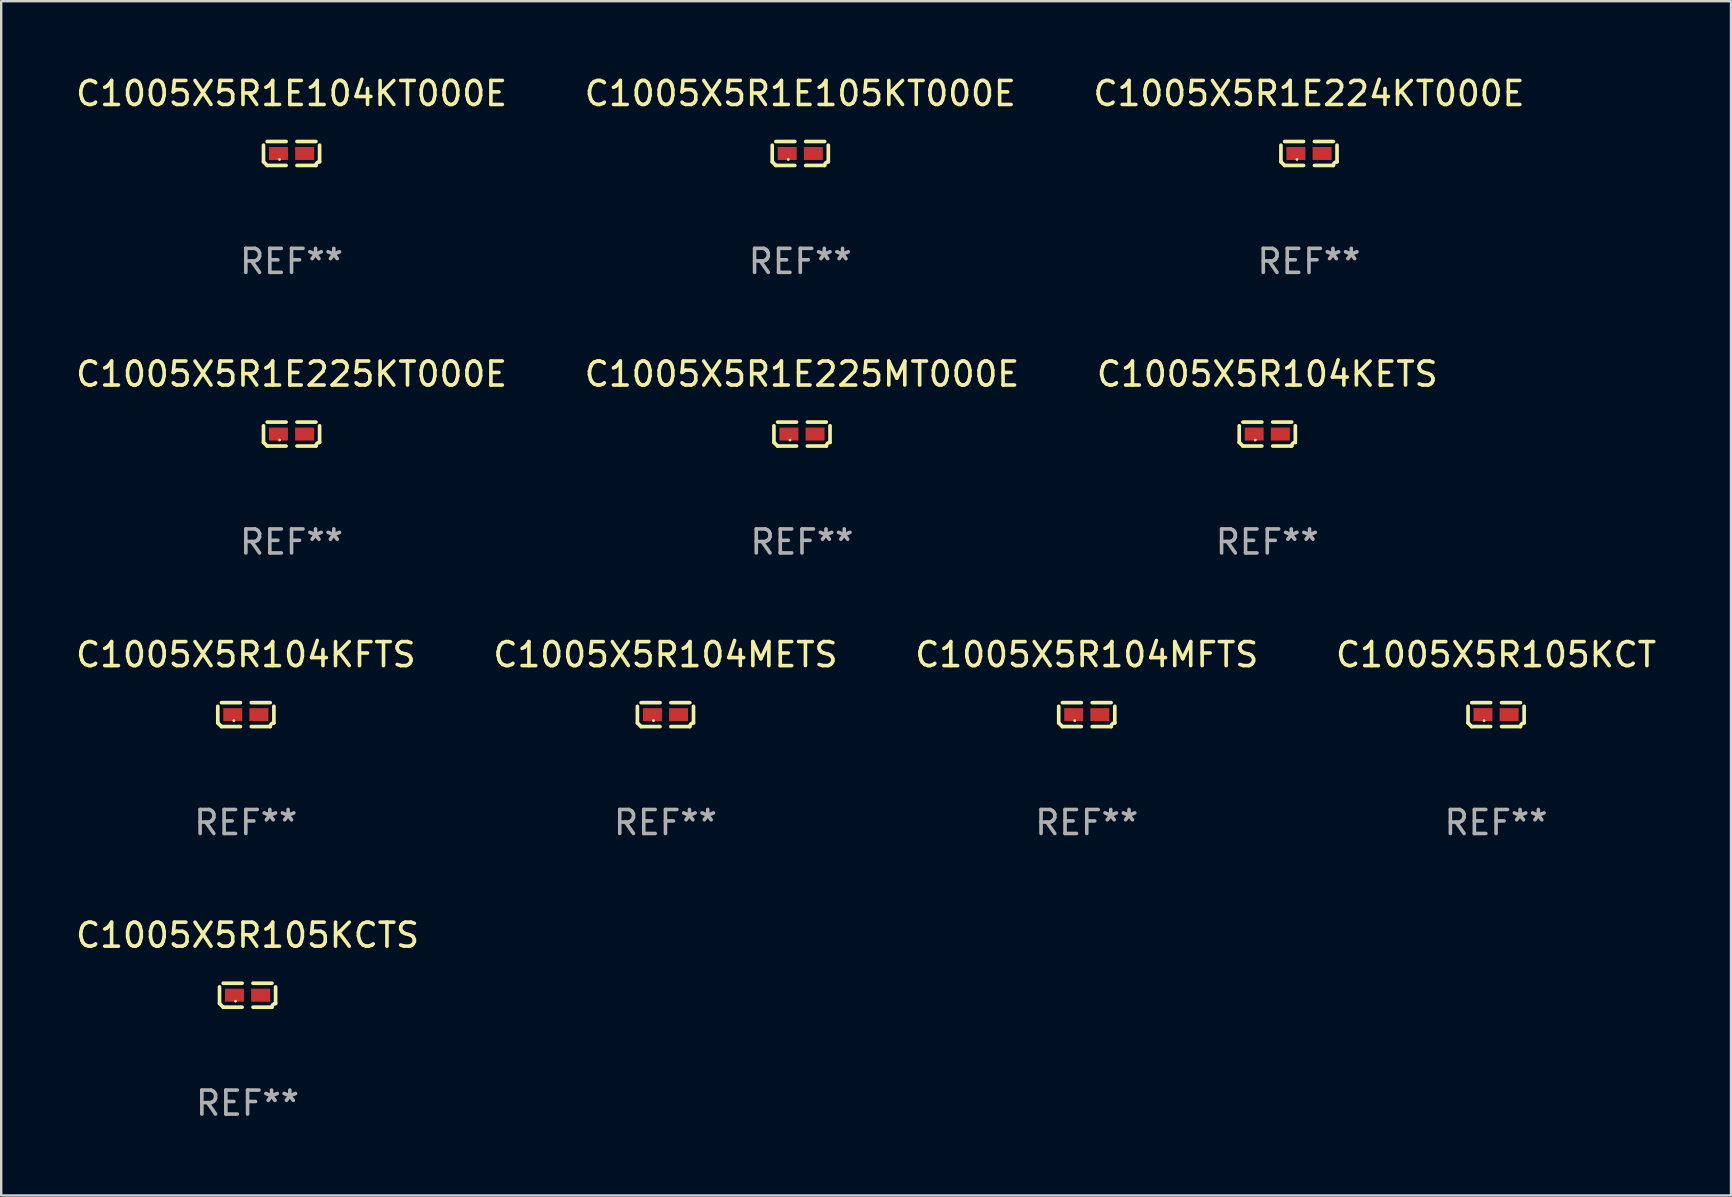
<source format=kicad_pcb>
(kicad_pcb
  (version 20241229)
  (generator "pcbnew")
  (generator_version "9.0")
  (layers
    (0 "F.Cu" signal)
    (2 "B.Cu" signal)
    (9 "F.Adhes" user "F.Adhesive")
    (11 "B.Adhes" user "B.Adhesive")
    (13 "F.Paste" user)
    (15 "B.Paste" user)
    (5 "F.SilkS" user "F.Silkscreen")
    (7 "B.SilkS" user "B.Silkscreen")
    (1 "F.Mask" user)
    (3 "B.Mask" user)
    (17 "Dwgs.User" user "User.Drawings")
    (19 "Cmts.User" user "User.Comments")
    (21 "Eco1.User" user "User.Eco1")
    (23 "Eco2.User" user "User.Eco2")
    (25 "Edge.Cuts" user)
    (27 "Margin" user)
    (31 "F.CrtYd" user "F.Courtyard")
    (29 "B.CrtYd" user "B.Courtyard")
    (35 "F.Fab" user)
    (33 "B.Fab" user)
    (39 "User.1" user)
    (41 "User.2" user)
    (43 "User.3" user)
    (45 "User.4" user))
  (footprint "C1005X5R1E225KT000E"
    (layer "F.Cu")
    (at 9.101 15.041)
    (property "Reference" "C1005X5R1E225KT000E" (at 0 -2.499 0) (layer "F.SilkS") (effects (font (size 1 1) (thickness 0.15))))
    (attr through_hole)
    (fp_line (start -1.169 0.346) (end -1.169 -0.346) (stroke (width 0.152) (type solid)) (layer "F.SilkS"))
    (fp_line (start -1.016 -0.499) (end -0.226 -0.499) (stroke (width 0.152) (type solid)) (layer "F.SilkS"))
    (fp_line (start -0.226 0.499) (end -1.016 0.499) (stroke (width 0.152) (type solid)) (layer "F.SilkS"))
    (fp_line (start 0.226 0.499) (end 1.016 0.499) (stroke (width 0.152) (type solid)) (layer "F.SilkS"))
    (fp_line (start 1.016 -0.499) (end 0.226 -0.499) (stroke (width 0.152) (type solid)) (layer "F.SilkS"))
    (fp_line (start 1.169 0.346) (end 1.169 -0.346) (stroke (width 0.152) (type solid)) (layer "F.SilkS"))
    (fp_arc (start -1.016307 0.498603) (mid -1.092512 0.422405) (end -1.16871 0.3462) (stroke (width 0.1524) (type solid)) (layer "F.SilkS"))
    (fp_arc (start 1.016307 0.498603) (mid 1.060899 0.390758) (end 1.168707 0.346076) (stroke (width 0.1524) (type solid)) (layer "F.SilkS"))
    (fp_circle (center -0.5 0.25) (end -0.47 0.25) (stroke (width 0.06) (type solid)) (fill no) (layer "F.SilkS"))
    (fp_text user "REF**" (at 0 4.499 0) (layer "F.Fab") (effects (font (size 1 1) (thickness 0.15))))
    (pad "1" smd rect (at -0.545 0) (size 0.79 0.54) (layers "F.Cu" "F.Mask" "F.Paste"))
    (pad "2" smd rect (at 0.545 0) (size 0.79 0.54) (layers "F.Cu" "F.Mask" "F.Paste")))
  (footprint "C1005X5R1E224KT000E"
    (layer "F.Cu")
    (at 51.506 3.347)
    (property "Reference" "C1005X5R1E224KT000E" (at 0 -2.499 0) (layer "F.SilkS") (effects (font (size 1 1) (thickness 0.15))))
    (attr through_hole)
    (fp_line (start -1.169 0.346) (end -1.169 -0.346) (stroke (width 0.152) (type solid)) (layer "F.SilkS"))
    (fp_line (start -1.016 -0.499) (end -0.226 -0.499) (stroke (width 0.152) (type solid)) (layer "F.SilkS"))
    (fp_line (start -0.226 0.499) (end -1.016 0.499) (stroke (width 0.152) (type solid)) (layer "F.SilkS"))
    (fp_line (start 0.226 0.499) (end 1.016 0.499) (stroke (width 0.152) (type solid)) (layer "F.SilkS"))
    (fp_line (start 1.016 -0.499) (end 0.226 -0.499) (stroke (width 0.152) (type solid)) (layer "F.SilkS"))
    (fp_line (start 1.169 0.346) (end 1.169 -0.346) (stroke (width 0.152) (type solid)) (layer "F.SilkS"))
    (fp_arc (start -1.016307 0.498603) (mid -1.092512 0.422405) (end -1.16871 0.3462) (stroke (width 0.1524) (type solid)) (layer "F.SilkS"))
    (fp_arc (start 1.016307 0.498603) (mid 1.060899 0.390758) (end 1.168707 0.346076) (stroke (width 0.1524) (type solid)) (layer "F.SilkS"))
    (fp_circle (center -0.5 0.25) (end -0.47 0.25) (stroke (width 0.06) (type solid)) (fill no) (layer "F.SilkS"))
    (fp_text user "REF**" (at 0 4.499 0) (layer "F.Fab") (effects (font (size 1 1) (thickness 0.15))))
    (pad "1" smd rect (at -0.545 0) (size 0.79 0.54) (layers "F.Cu" "F.Mask" "F.Paste"))
    (pad "2" smd rect (at 0.545 0) (size 0.79 0.54) (layers "F.Cu" "F.Mask" "F.Paste")))
  (footprint "C1005X5R1E105KT000E"
    (layer "F.Cu")
    (at 30.304 3.347)
    (property "Reference" "C1005X5R1E105KT000E" (at 0 -2.499 0) (layer "F.SilkS") (effects (font (size 1 1) (thickness 0.15))))
    (attr through_hole)
    (fp_line (start -1.169 0.346) (end -1.169 -0.346) (stroke (width 0.152) (type solid)) (layer "F.SilkS"))
    (fp_line (start -1.016 -0.499) (end -0.226 -0.499) (stroke (width 0.152) (type solid)) (layer "F.SilkS"))
    (fp_line (start -0.226 0.499) (end -1.016 0.499) (stroke (width 0.152) (type solid)) (layer "F.SilkS"))
    (fp_line (start 0.226 0.499) (end 1.016 0.499) (stroke (width 0.152) (type solid)) (layer "F.SilkS"))
    (fp_line (start 1.016 -0.499) (end 0.226 -0.499) (stroke (width 0.152) (type solid)) (layer "F.SilkS"))
    (fp_line (start 1.169 0.346) (end 1.169 -0.346) (stroke (width 0.152) (type solid)) (layer "F.SilkS"))
    (fp_arc (start -1.016307 0.498603) (mid -1.092512 0.422405) (end -1.16871 0.3462) (stroke (width 0.1524) (type solid)) (layer "F.SilkS"))
    (fp_arc (start 1.016307 0.498603) (mid 1.060899 0.390758) (end 1.168707 0.346076) (stroke (width 0.1524) (type solid)) (layer "F.SilkS"))
    (fp_circle (center -0.5 0.25) (end -0.47 0.25) (stroke (width 0.06) (type solid)) (fill no) (layer "F.SilkS"))
    (fp_text user "REF**" (at 0 4.499 0) (layer "F.Fab") (effects (font (size 1 1) (thickness 0.15))))
    (pad "1" smd rect (at -0.545 0) (size 0.79 0.54) (layers "F.Cu" "F.Mask" "F.Paste"))
    (pad "2" smd rect (at 0.545 0) (size 0.79 0.54) (layers "F.Cu" "F.Mask" "F.Paste")))
  (footprint "C1005X5R104KFTS"
    (layer "F.Cu")
    (at 7.196 26.734)
    (property "Reference" "C1005X5R104KFTS" (at 0 -2.499 0) (layer "F.SilkS") (effects (font (size 1 1) (thickness 0.15))))
    (attr through_hole)
    (fp_line (start -1.169 0.346) (end -1.169 -0.346) (stroke (width 0.152) (type solid)) (layer "F.SilkS"))
    (fp_line (start -1.016 -0.499) (end -0.226 -0.499) (stroke (width 0.152) (type solid)) (layer "F.SilkS"))
    (fp_line (start -0.226 0.499) (end -1.016 0.499) (stroke (width 0.152) (type solid)) (layer "F.SilkS"))
    (fp_line (start 0.226 0.499) (end 1.016 0.499) (stroke (width 0.152) (type solid)) (layer "F.SilkS"))
    (fp_line (start 1.016 -0.499) (end 0.226 -0.499) (stroke (width 0.152) (type solid)) (layer "F.SilkS"))
    (fp_line (start 1.169 0.346) (end 1.169 -0.346) (stroke (width 0.152) (type solid)) (layer "F.SilkS"))
    (fp_arc (start -1.016307 0.498603) (mid -1.092512 0.422405) (end -1.16871 0.3462) (stroke (width 0.1524) (type solid)) (layer "F.SilkS"))
    (fp_arc (start 1.016307 0.498603) (mid 1.060899 0.390758) (end 1.168707 0.346076) (stroke (width 0.1524) (type solid)) (layer "F.SilkS"))
    (fp_circle (center -0.5 0.25) (end -0.47 0.25) (stroke (width 0.06) (type solid)) (fill no) (layer "F.SilkS"))
    (fp_text user "REF**" (at 0 4.499 0) (layer "F.Fab") (effects (font (size 1 1) (thickness 0.15))))
    (pad "1" smd rect (at -0.545 0) (size 0.79 0.54) (layers "F.Cu" "F.Mask" "F.Paste"))
    (pad "2" smd rect (at 0.545 0) (size 0.79 0.54) (layers "F.Cu" "F.Mask" "F.Paste")))
  (footprint "C1005X5R105KCTS"
    (layer "F.Cu")
    (at 7.268 38.428)
    (property "Reference" "C1005X5R105KCTS" (at 0 -2.499 0) (layer "F.SilkS") (effects (font (size 1 1) (thickness 0.15))))
    (attr through_hole)
    (fp_line (start -1.169 0.346) (end -1.169 -0.346) (stroke (width 0.152) (type solid)) (layer "F.SilkS"))
    (fp_line (start -1.016 -0.499) (end -0.226 -0.499) (stroke (width 0.152) (type solid)) (layer "F.SilkS"))
    (fp_line (start -0.226 0.499) (end -1.016 0.499) (stroke (width 0.152) (type solid)) (layer "F.SilkS"))
    (fp_line (start 0.226 0.499) (end 1.016 0.499) (stroke (width 0.152) (type solid)) (layer "F.SilkS"))
    (fp_line (start 1.016 -0.499) (end 0.226 -0.499) (stroke (width 0.152) (type solid)) (layer "F.SilkS"))
    (fp_line (start 1.169 0.346) (end 1.169 -0.346) (stroke (width 0.152) (type solid)) (layer "F.SilkS"))
    (fp_arc (start -1.016307 0.498603) (mid -1.092512 0.422405) (end -1.16871 0.3462) (stroke (width 0.1524) (type solid)) (layer "F.SilkS"))
    (fp_arc (start 1.016307 0.498603) (mid 1.060899 0.390758) (end 1.168707 0.346076) (stroke (width 0.1524) (type solid)) (layer "F.SilkS"))
    (fp_circle (center -0.5 0.25) (end -0.47 0.25) (stroke (width 0.06) (type solid)) (fill no) (layer "F.SilkS"))
    (fp_text user "REF**" (at 0 4.499 0) (layer "F.Fab") (effects (font (size 1 1) (thickness 0.15))))
    (pad "1" smd rect (at -0.545 0) (size 0.79 0.54) (layers "F.Cu" "F.Mask" "F.Paste"))
    (pad "2" smd rect (at 0.545 0) (size 0.79 0.54) (layers "F.Cu" "F.Mask" "F.Paste")))
  (footprint "C1005X5R105KCT"
    (layer "F.Cu")
    (at 59.304 26.734)
    (property "Reference" "C1005X5R105KCT" (at 0 -2.499 0) (layer "F.SilkS") (effects (font (size 1 1) (thickness 0.15))))
    (attr through_hole)
    (fp_line (start -1.169 0.346) (end -1.169 -0.346) (stroke (width 0.152) (type solid)) (layer "F.SilkS"))
    (fp_line (start -1.016 -0.499) (end -0.226 -0.499) (stroke (width 0.152) (type solid)) (layer "F.SilkS"))
    (fp_line (start -0.226 0.499) (end -1.016 0.499) (stroke (width 0.152) (type solid)) (layer "F.SilkS"))
    (fp_line (start 0.226 0.499) (end 1.016 0.499) (stroke (width 0.152) (type solid)) (layer "F.SilkS"))
    (fp_line (start 1.016 -0.499) (end 0.226 -0.499) (stroke (width 0.152) (type solid)) (layer "F.SilkS"))
    (fp_line (start 1.169 0.346) (end 1.169 -0.346) (stroke (width 0.152) (type solid)) (layer "F.SilkS"))
    (fp_arc (start -1.016307 0.498603) (mid -1.092512 0.422405) (end -1.16871 0.3462) (stroke (width 0.1524) (type solid)) (layer "F.SilkS"))
    (fp_arc (start 1.016307 0.498603) (mid 1.060899 0.390758) (end 1.168707 0.346076) (stroke (width 0.1524) (type solid)) (layer "F.SilkS"))
    (fp_circle (center -0.5 0.25) (end -0.47 0.25) (stroke (width 0.06) (type solid)) (fill no) (layer "F.SilkS"))
    (fp_text user "REF**" (at 0 4.499 0) (layer "F.Fab") (effects (font (size 1 1) (thickness 0.15))))
    (pad "1" smd rect (at -0.545 0) (size 0.79 0.54) (layers "F.Cu" "F.Mask" "F.Paste"))
    (pad "2" smd rect (at 0.545 0) (size 0.79 0.54) (layers "F.Cu" "F.Mask" "F.Paste")))
  (footprint "C1005X5R1E225MT000E"
    (layer "F.Cu")
    (at 30.375 15.041)
    (property "Reference" "C1005X5R1E225MT000E" (at 0 -2.499 0) (layer "F.SilkS") (effects (font (size 1 1) (thickness 0.15))))
    (attr through_hole)
    (fp_line (start -1.169 0.346) (end -1.169 -0.346) (stroke (width 0.152) (type solid)) (layer "F.SilkS"))
    (fp_line (start -1.016 -0.499) (end -0.226 -0.499) (stroke (width 0.152) (type solid)) (layer "F.SilkS"))
    (fp_line (start -0.226 0.499) (end -1.016 0.499) (stroke (width 0.152) (type solid)) (layer "F.SilkS"))
    (fp_line (start 0.226 0.499) (end 1.016 0.499) (stroke (width 0.152) (type solid)) (layer "F.SilkS"))
    (fp_line (start 1.016 -0.499) (end 0.226 -0.499) (stroke (width 0.152) (type solid)) (layer "F.SilkS"))
    (fp_line (start 1.169 0.346) (end 1.169 -0.346) (stroke (width 0.152) (type solid)) (layer "F.SilkS"))
    (fp_arc (start -1.016307 0.498603) (mid -1.092512 0.422405) (end -1.16871 0.3462) (stroke (width 0.1524) (type solid)) (layer "F.SilkS"))
    (fp_arc (start 1.016307 0.498603) (mid 1.060899 0.390758) (end 1.168707 0.346076) (stroke (width 0.1524) (type solid)) (layer "F.SilkS"))
    (fp_circle (center -0.5 0.25) (end -0.47 0.25) (stroke (width 0.06) (type solid)) (fill no) (layer "F.SilkS"))
    (fp_text user "REF**" (at 0 4.499 0) (layer "F.Fab") (effects (font (size 1 1) (thickness 0.15))))
    (pad "1" smd rect (at -0.545 0) (size 0.79 0.54) (layers "F.Cu" "F.Mask" "F.Paste"))
    (pad "2" smd rect (at 0.545 0) (size 0.79 0.54) (layers "F.Cu" "F.Mask" "F.Paste")))
  (footprint "C1005X5R104METS"
    (layer "F.Cu")
    (at 24.685 26.734)
    (property "Reference" "C1005X5R104METS" (at 0 -2.499 0) (layer "F.SilkS") (effects (font (size 1 1) (thickness 0.15))))
    (attr through_hole)
    (fp_line (start -1.169 0.346) (end -1.169 -0.346) (stroke (width 0.152) (type solid)) (layer "F.SilkS"))
    (fp_line (start -1.016 -0.499) (end -0.226 -0.499) (stroke (width 0.152) (type solid)) (layer "F.SilkS"))
    (fp_line (start -0.226 0.499) (end -1.016 0.499) (stroke (width 0.152) (type solid)) (layer "F.SilkS"))
    (fp_line (start 0.226 0.499) (end 1.016 0.499) (stroke (width 0.152) (type solid)) (layer "F.SilkS"))
    (fp_line (start 1.016 -0.499) (end 0.226 -0.499) (stroke (width 0.152) (type solid)) (layer "F.SilkS"))
    (fp_line (start 1.169 0.346) (end 1.169 -0.346) (stroke (width 0.152) (type solid)) (layer "F.SilkS"))
    (fp_arc (start -1.016307 0.498603) (mid -1.092512 0.422405) (end -1.16871 0.3462) (stroke (width 0.1524) (type solid)) (layer "F.SilkS"))
    (fp_arc (start 1.016307 0.498603) (mid 1.060899 0.390758) (end 1.168707 0.346076) (stroke (width 0.1524) (type solid)) (layer "F.SilkS"))
    (fp_circle (center -0.5 0.25) (end -0.47 0.25) (stroke (width 0.06) (type solid)) (fill no) (layer "F.SilkS"))
    (fp_text user "REF**" (at 0 4.499 0) (layer "F.Fab") (effects (font (size 1 1) (thickness 0.15))))
    (pad "1" smd rect (at -0.545 0) (size 0.79 0.54) (layers "F.Cu" "F.Mask" "F.Paste"))
    (pad "2" smd rect (at 0.545 0) (size 0.79 0.54) (layers "F.Cu" "F.Mask" "F.Paste")))
  (footprint "C1005X5R104MFTS"
    (layer "F.Cu")
    (at 42.244 26.734)
    (property "Reference" "C1005X5R104MFTS" (at 0 -2.499 0) (layer "F.SilkS") (effects (font (size 1 1) (thickness 0.15))))
    (attr through_hole)
    (fp_line (start -1.169 0.346) (end -1.169 -0.346) (stroke (width 0.152) (type solid)) (layer "F.SilkS"))
    (fp_line (start -1.016 -0.499) (end -0.226 -0.499) (stroke (width 0.152) (type solid)) (layer "F.SilkS"))
    (fp_line (start -0.226 0.499) (end -1.016 0.499) (stroke (width 0.152) (type solid)) (layer "F.SilkS"))
    (fp_line (start 0.226 0.499) (end 1.016 0.499) (stroke (width 0.152) (type solid)) (layer "F.SilkS"))
    (fp_line (start 1.016 -0.499) (end 0.226 -0.499) (stroke (width 0.152) (type solid)) (layer "F.SilkS"))
    (fp_line (start 1.169 0.346) (end 1.169 -0.346) (stroke (width 0.152) (type solid)) (layer "F.SilkS"))
    (fp_arc (start -1.016307 0.498603) (mid -1.092512 0.422405) (end -1.16871 0.3462) (stroke (width 0.1524) (type solid)) (layer "F.SilkS"))
    (fp_arc (start 1.016307 0.498603) (mid 1.060899 0.390758) (end 1.168707 0.346076) (stroke (width 0.1524) (type solid)) (layer "F.SilkS"))
    (fp_circle (center -0.5 0.25) (end -0.47 0.25) (stroke (width 0.06) (type solid)) (fill no) (layer "F.SilkS"))
    (fp_text user "REF**" (at 0 4.499 0) (layer "F.Fab") (effects (font (size 1 1) (thickness 0.15))))
    (pad "1" smd rect (at -0.545 0) (size 0.79 0.54) (layers "F.Cu" "F.Mask" "F.Paste"))
    (pad "2" smd rect (at 0.545 0) (size 0.79 0.54) (layers "F.Cu" "F.Mask" "F.Paste")))
  (footprint "C1005X5R104KETS"
    (layer "F.Cu")
    (at 49.768 15.041)
    (property "Reference" "C1005X5R104KETS" (at 0 -2.499 0) (layer "F.SilkS") (effects (font (size 1 1) (thickness 0.15))))
    (attr through_hole)
    (fp_line (start -1.169 0.346) (end -1.169 -0.346) (stroke (width 0.152) (type solid)) (layer "F.SilkS"))
    (fp_line (start -1.016 -0.499) (end -0.226 -0.499) (stroke (width 0.152) (type solid)) (layer "F.SilkS"))
    (fp_line (start -0.226 0.499) (end -1.016 0.499) (stroke (width 0.152) (type solid)) (layer "F.SilkS"))
    (fp_line (start 0.226 0.499) (end 1.016 0.499) (stroke (width 0.152) (type solid)) (layer "F.SilkS"))
    (fp_line (start 1.016 -0.499) (end 0.226 -0.499) (stroke (width 0.152) (type solid)) (layer "F.SilkS"))
    (fp_line (start 1.169 0.346) (end 1.169 -0.346) (stroke (width 0.152) (type solid)) (layer "F.SilkS"))
    (fp_arc (start -1.016307 0.498603) (mid -1.092512 0.422405) (end -1.16871 0.3462) (stroke (width 0.1524) (type solid)) (layer "F.SilkS"))
    (fp_arc (start 1.016307 0.498603) (mid 1.060899 0.390758) (end 1.168707 0.346076) (stroke (width 0.1524) (type solid)) (layer "F.SilkS"))
    (fp_circle (center -0.5 0.25) (end -0.47 0.25) (stroke (width 0.06) (type solid)) (fill no) (layer "F.SilkS"))
    (fp_text user "REF**" (at 0 4.499 0) (layer "F.Fab") (effects (font (size 1 1) (thickness 0.15))))
    (pad "1" smd rect (at -0.545 0) (size 0.79 0.54) (layers "F.Cu" "F.Mask" "F.Paste"))
    (pad "2" smd rect (at 0.545 0) (size 0.79 0.54) (layers "F.Cu" "F.Mask" "F.Paste")))
  (footprint "C1005X5R1E104KT000E"
    (layer "F.Cu")
    (at 9.101 3.347)
    (property "Reference" "C1005X5R1E104KT000E" (at 0 -2.499 0) (layer "F.SilkS") (effects (font (size 1 1) (thickness 0.15))))
    (attr through_hole)
    (fp_line (start -1.169 0.346) (end -1.169 -0.346) (stroke (width 0.152) (type solid)) (layer "F.SilkS"))
    (fp_line (start -1.016 -0.499) (end -0.226 -0.499) (stroke (width 0.152) (type solid)) (layer "F.SilkS"))
    (fp_line (start -0.226 0.499) (end -1.016 0.499) (stroke (width 0.152) (type solid)) (layer "F.SilkS"))
    (fp_line (start 0.226 0.499) (end 1.016 0.499) (stroke (width 0.152) (type solid)) (layer "F.SilkS"))
    (fp_line (start 1.016 -0.499) (end 0.226 -0.499) (stroke (width 0.152) (type solid)) (layer "F.SilkS"))
    (fp_line (start 1.169 0.346) (end 1.169 -0.346) (stroke (width 0.152) (type solid)) (layer "F.SilkS"))
    (fp_arc (start -1.016307 0.498603) (mid -1.092512 0.422405) (end -1.16871 0.3462) (stroke (width 0.1524) (type solid)) (layer "F.SilkS"))
    (fp_arc (start 1.016307 0.498603) (mid 1.060899 0.390758) (end 1.168707 0.346076) (stroke (width 0.1524) (type solid)) (layer "F.SilkS"))
    (fp_circle (center -0.5 0.25) (end -0.47 0.25) (stroke (width 0.06) (type solid)) (fill no) (layer "F.SilkS"))
    (fp_text user "REF**" (at 0 4.499 0) (layer "F.Fab") (effects (font (size 1 1) (thickness 0.15))))
    (pad "1" smd rect (at -0.545 0) (size 0.79 0.54) (layers "F.Cu" "F.Mask" "F.Paste"))
    (pad "2" smd rect (at 0.545 0) (size 0.79 0.54) (layers "F.Cu" "F.Mask" "F.Paste")))
  (gr_rect
    (start -3 -3)
    (end 69.095 46.775)
    (stroke (width 0.1) (type default))
    (fill no)
    (layer "Edge.Cuts")))
</source>
